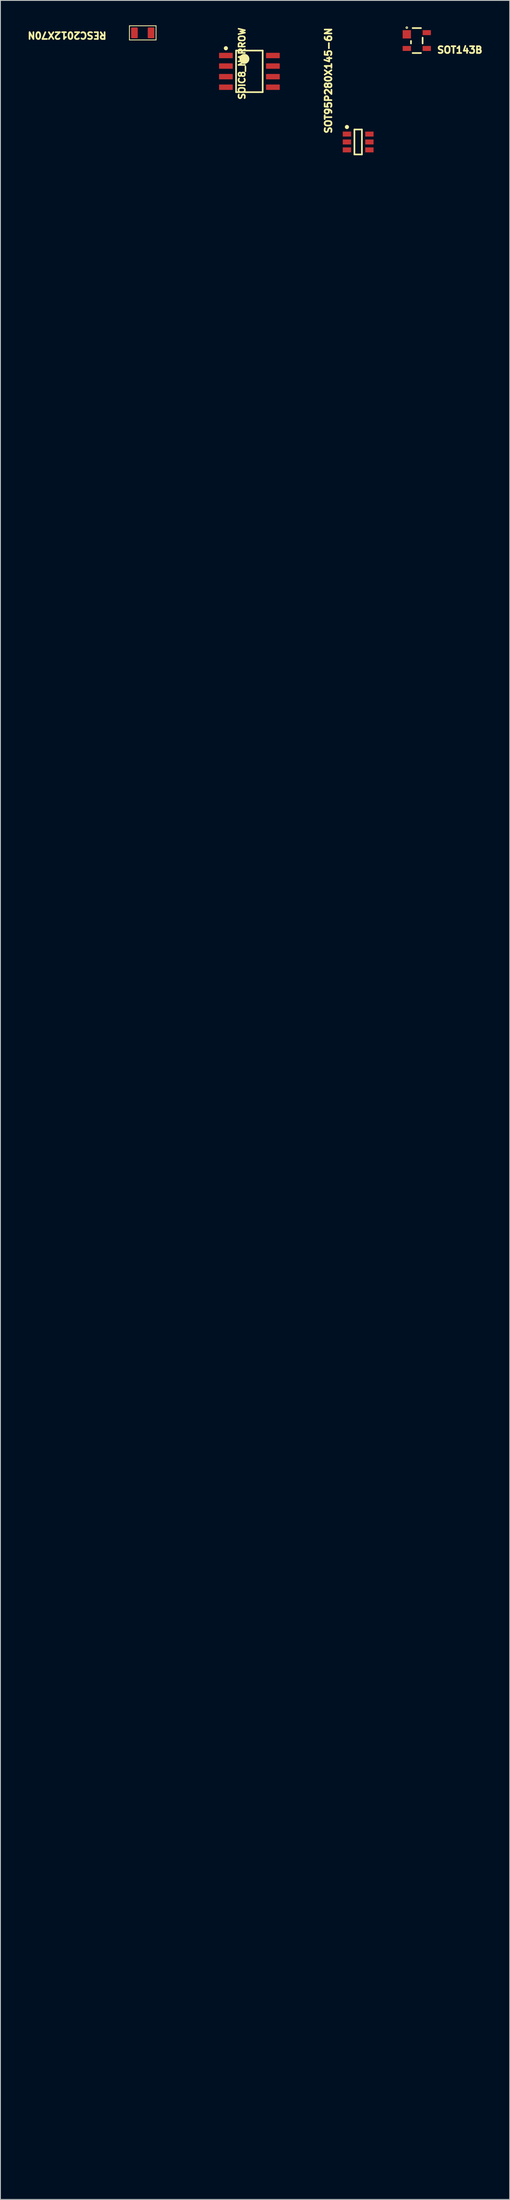
<source format=kicad_pcb>
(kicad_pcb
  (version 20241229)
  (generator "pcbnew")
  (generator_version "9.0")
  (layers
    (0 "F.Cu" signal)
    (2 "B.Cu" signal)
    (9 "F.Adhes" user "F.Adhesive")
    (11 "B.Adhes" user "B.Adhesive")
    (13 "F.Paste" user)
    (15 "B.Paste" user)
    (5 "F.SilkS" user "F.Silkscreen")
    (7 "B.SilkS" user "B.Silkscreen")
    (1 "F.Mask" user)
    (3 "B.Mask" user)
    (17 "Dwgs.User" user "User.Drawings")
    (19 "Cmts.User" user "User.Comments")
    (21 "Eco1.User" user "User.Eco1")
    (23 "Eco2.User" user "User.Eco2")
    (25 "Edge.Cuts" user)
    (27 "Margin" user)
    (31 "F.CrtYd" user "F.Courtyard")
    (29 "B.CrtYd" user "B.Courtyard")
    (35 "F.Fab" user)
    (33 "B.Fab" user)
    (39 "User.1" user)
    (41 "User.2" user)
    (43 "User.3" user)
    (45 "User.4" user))
  (footprint "RESC2012X70N"
    (layer "F.Cu")
    (at 14.111 0.9)
    (property "Reference" "RESC2012X70N" (at -4.259 -0.19 180) (unlocked yes) (layer "F.SilkS") (effects (font (size 0.813 0.813) (thickness 0.203)) (justify left bottom)))
    (fp_line (start -1.6 -0.85) (end -1.6 0.85) (stroke (width 0.1) (type solid)) (layer "F.SilkS"))
    (fp_line (start -1.6 -0.85) (end 1.6 -0.85) (stroke (width 0.1) (type solid)) (layer "F.SilkS"))
    (fp_line (start -1.6 0.85) (end 1.6 0.85) (stroke (width 0.1) (type solid)) (layer "F.SilkS"))
    (fp_line (start 1.6 -0.85) (end 1.6 0.85) (stroke (width 0.1) (type solid)) (layer "F.SilkS"))
    (fp_line (start -1.6 -0.85) (end -1.6 0.85) (stroke (width 0.1) (type solid)) (layer "Eco1.User"))
    (fp_line (start -1.6 -0.85) (end 1.6 -0.85) (stroke (width 0.1) (type solid)) (layer "Eco1.User"))
    (fp_line (start -1.6 0.85) (end 1.6 0.85) (stroke (width 0.1) (type solid)) (layer "Eco1.User"))
    (fp_line (start -1.1 -0.675) (end -1.1 0.675) (stroke (width 0.05) (type solid)) (layer "Eco1.User"))
    (fp_line (start -1.1 -0.675) (end -0.6 -0.675) (stroke (width 0.05) (type solid)) (layer "Eco1.User"))
    (fp_line (start -1.1 0.675) (end -0.6 0.675) (stroke (width 0.05) (type solid)) (layer "Eco1.User"))
    (fp_line (start -0.6 -0.675) (end -0.6 0.675) (stroke (width 0.05) (type solid)) (layer "Eco1.User"))
    (fp_line (start -0.6 -0.674) (end 0.6 -0.674) (stroke (width 0.05) (type solid)) (layer "Eco1.User"))
    (fp_line (start -0.6 -0.674) (end 0.6 -0.674) (stroke (width 0.05) (type solid)) (layer "Eco1.User"))
    (fp_line (start -0.6 0.674) (end 0.6 0.674) (stroke (width 0.05) (type solid)) (layer "Eco1.User"))
    (fp_line (start -0.6 0.674) (end 0.6 0.674) (stroke (width 0.05) (type solid)) (layer "Eco1.User"))
    (fp_line (start 0.6 -0.675) (end 0.6 0.675) (stroke (width 0.05) (type solid)) (layer "Eco1.User"))
    (fp_line (start 0.6 -0.675) (end 1.1 -0.675) (stroke (width 0.05) (type solid)) (layer "Eco1.User"))
    (fp_line (start 0.6 0.675) (end 1.1 0.675) (stroke (width 0.05) (type solid)) (layer "Eco1.User"))
    (fp_line (start 1.1 -0.675) (end 1.1 0.675) (stroke (width 0.05) (type solid)) (layer "Eco1.User"))
    (fp_line (start 1.6 -0.85) (end 1.6 0.85) (stroke (width 0.1) (type solid)) (layer "Eco1.User"))
    (fp_circle (center 0 0) (end 0 -0.064) (stroke (width 0.127) (type solid)) (fill no) (layer "Eco1.User"))
    (fp_text user "${REFERENCE}" (at -1.325 0.325 180) (unlocked yes) (layer "User.8") (effects (font (face "Arial") (size 0.63 0.63) (thickness 0.254)) (justify left bottom mirror)))
    (pad "1" smd roundrect (at -1 0 270) (size 1.3 0.8) (layers "F.Cu" "F.Mask" "F.Paste") (roundrect_rratio 0.125))
    (pad "2" smd roundrect (at 1 0 270) (size 1.3 0.8) (layers "F.Cu" "F.Mask" "F.Paste") (roundrect_rratio 0.125))
    (zone (net_name "") (layer "F.Cu") (hatch edge 0.5) (connect_pads) (min_thickness 0.25) (filled_areas_thickness no) (keepout (tracks allowed) (vias allowed) (pads allowed) (copperpour not_allowed) (footprints allowed)) (placement (enabled no)) (fill) (polygon (pts (xy 14.836 258.149) (xy 14.636 258.349) (xy 13.586 258.349) (xy 13.386 258.149) (xy 13.386 256.849) (xy 13.586 256.649) (xy 14.636 256.649) (xy 14.836 256.849)))))
  (footprint "SOIC8_NARROW"
    (layer "F.Cu")
    (at 26.932 5.528)
    (property "Reference" "SOIC8_NARROW" (at -0.441 3.491 90) (unlocked yes) (layer "F.SilkS") (effects (font (size 0.762 0.762) (thickness 0.254)) (justify left bottom)))
    (fp_line (start -1.6 -2.5) (end -1.6 2.5) (stroke (width 0.2) (type solid)) (layer "F.SilkS"))
    (fp_line (start 1.6 -2.5) (end -1.6 -2.5) (stroke (width 0.2) (type solid)) (layer "F.SilkS"))
    (fp_line (start 1.6 -2.5) (end 1.6 2.5) (stroke (width 0.2) (type solid)) (layer "F.SilkS"))
    (fp_line (start 1.6 2.5) (end -1.6 2.5) (stroke (width 0.2) (type solid)) (layer "F.SilkS"))
    (fp_circle (center -2.825 -2.78) (end -2.7 -2.78) (stroke (width 0.25) (type solid)) (fill no) (layer "F.SilkS"))
    (fp_circle (center -0.6 -1.5) (end -0.3 -1.5) (stroke (width 0.6) (type solid)) (fill no) (layer "F.SilkS"))
    (fp_line (start -4.15 -3) (end -4.15 3) (stroke (width 0.05) (type solid)) (layer "Eco1.User"))
    (fp_line (start -2 -2.5) (end -2 2.5) (stroke (width 0.1) (type solid)) (layer "Eco1.User"))
    (fp_line (start 0 -0.5) (end 0 0.5) (stroke (width 0.1) (type solid)) (layer "Eco1.User"))
    (fp_line (start 0.5 0) (end -0.5 0) (stroke (width 0.1) (type solid)) (layer "Eco1.User"))
    (fp_line (start 2 -2.5) (end -2 -2.5) (stroke (width 0.1) (type solid)) (layer "Eco1.User"))
    (fp_line (start 2 -2.5) (end 2 2.5) (stroke (width 0.1) (type solid)) (layer "Eco1.User"))
    (fp_line (start 2 2.5) (end -2 2.5) (stroke (width 0.1) (type solid)) (layer "Eco1.User"))
    (fp_line (start 4.15 -3) (end -4.15 -3) (stroke (width 0.05) (type solid)) (layer "Eco1.User"))
    (fp_line (start 4.15 -3) (end 4.15 3) (stroke (width 0.05) (type solid)) (layer "Eco1.User"))
    (fp_line (start 4.15 3) (end -4.15 3) (stroke (width 0.05) (type solid)) (layer "Eco1.User"))
    (fp_circle (center -1.1 -1.6) (end -0.6 -1.6) (stroke (width 0.1) (type solid)) (fill no) (layer "Eco1.User"))
    (fp_text user "${REFERENCE}" (at -1.397 0.254 180) (unlocked yes) (layer "User.8") (effects (font (size 0.6 0.6) (thickness 0.1)) (justify left bottom mirror)))
    (pad "1" smd roundrect (at -2.825 -1.905 270) (size 0.65 1.65) (layers "F.Cu" "F.Mask" "F.Paste") (roundrect_rratio 0.075))
    (pad "2" smd roundrect (at -2.825 -0.635 270) (size 0.65 1.65) (layers "F.Cu" "F.Mask" "F.Paste") (roundrect_rratio 0.075))
    (pad "3" smd roundrect (at -2.825 0.635 270) (size 0.65 1.65) (layers "F.Cu" "F.Mask" "F.Paste") (roundrect_rratio 0.075))
    (pad "4" smd roundrect (at -2.825 1.905 270) (size 0.65 1.65) (layers "F.Cu" "F.Mask" "F.Paste") (roundrect_rratio 0.075))
    (pad "5" smd roundrect (at 2.825 1.905 270) (size 0.65 1.65) (layers "F.Cu" "F.Mask" "F.Paste") (roundrect_rratio 0.075))
    (pad "6" smd roundrect (at 2.825 0.635 270) (size 0.65 1.65) (layers "F.Cu" "F.Mask" "F.Paste") (roundrect_rratio 0.075))
    (pad "7" smd roundrect (at 2.825 -0.635 270) (size 0.65 1.65) (layers "F.Cu" "F.Mask" "F.Paste") (roundrect_rratio 0.075))
    (pad "8" smd roundrect (at 2.825 -1.905 270) (size 0.65 1.65) (layers "F.Cu" "F.Mask" "F.Paste") (roundrect_rratio 0.075)))
  (footprint "SOT143B"
    (layer "F.Cu")
    (at 47.06 1.825)
    (property "Reference" "SOT143B" (at 2.342 1.604 0) (unlocked yes) (layer "F.SilkS") (effects (font (size 0.813 0.813) (thickness 0.203)) (justify left bottom)))
    (fp_line (start -0.7 0.35) (end -0.7 0.05) (stroke (width 0.2) (type solid)) (layer "F.SilkS"))
    (fp_line (start 0.5 -1.5) (end -0.5 -1.5) (stroke (width 0.2) (type solid)) (layer "F.SilkS"))
    (fp_line (start 0.5 1.5) (end -0.5 1.5) (stroke (width 0.2) (type solid)) (layer "F.SilkS"))
    (fp_line (start 0.7 0.35) (end 0.7 -0.35) (stroke (width 0.2) (type solid)) (layer "F.SilkS"))
    (fp_circle (center -1.2 -1.55) (end -1.2 -1.45) (stroke (width 0.1) (type solid)) (fill no) (layer "F.SilkS"))
    (fp_line (start -1.925 1.8) (end -1.925 -1.8) (stroke (width 0.05) (type solid)) (layer "Eco1.User"))
    (fp_line (start -0.7 1.52) (end -0.7 -1.52) (stroke (width 0.1) (type solid)) (layer "Eco1.User"))
    (fp_line (start 0 0.5) (end 0 -0.5) (stroke (width 0.1) (type solid)) (layer "Eco1.User"))
    (fp_line (start 0.5 0) (end -0.5 0) (stroke (width 0.1) (type solid)) (layer "Eco1.User"))
    (fp_line (start 0.7 -1.52) (end -0.7 -1.52) (stroke (width 0.1) (type solid)) (layer "Eco1.User"))
    (fp_line (start 0.7 1.52) (end -0.7 1.52) (stroke (width 0.1) (type solid)) (layer "Eco1.User"))
    (fp_line (start 0.7 1.52) (end 0.7 -1.52) (stroke (width 0.1) (type solid)) (layer "Eco1.User"))
    (fp_line (start 1.925 -1.8) (end -1.925 -1.8) (stroke (width 0.05) (type solid)) (layer "Eco1.User"))
    (fp_line (start 1.925 1.8) (end -1.925 1.8) (stroke (width 0.05) (type solid)) (layer "Eco1.User"))
    (fp_line (start 1.925 1.8) (end 1.925 -1.8) (stroke (width 0.05) (type solid)) (layer "Eco1.User"))
    (pad "1" smd rect (at -1.2 -0.75 270) (size 1 1) (layers "F.Cu" "F.Mask" "F.Paste"))
    (pad "2" smd rect (at -1.2 0.95 270) (size 0.6 1) (layers "F.Cu" "F.Mask" "F.Paste"))
    (pad "3" smd rect (at 1.2 0.95 270) (size 0.6 1) (layers "F.Cu" "F.Mask" "F.Paste"))
    (pad "4" smd rect (at 1.2 -0.95 270) (size 0.6 1) (layers "F.Cu" "F.Mask" "F.Paste")))
  (footprint "SOT95P280X145-6N"
    (layer "F.Cu")
    (at 40.01 14.017)
    (property "Reference" "SOT95P280X145-6N" (at -3.101 -0.914 90) (unlocked yes) (layer "F.SilkS") (effects (font (size 0.813 0.813) (thickness 0.203)) (justify left bottom)))
    (fp_line (start -0.45 -1.5) (end -0.45 1.5) (stroke (width 0.2) (type solid)) (layer "F.SilkS"))
    (fp_line (start 0.45 -1.5) (end -0.45 -1.5) (stroke (width 0.2) (type solid)) (layer "F.SilkS"))
    (fp_line (start 0.45 -1.5) (end 0.45 1.5) (stroke (width 0.2) (type solid)) (layer "F.SilkS"))
    (fp_line (start 0.45 1.5) (end -0.45 1.5) (stroke (width 0.2) (type solid)) (layer "F.SilkS"))
    (fp_circle (center -1.35 -1.8) (end -1.225 -1.8) (stroke (width 0.25) (type solid)) (fill no) (layer "F.SilkS"))
    (fp_line (start -2.075 -1.75) (end -2.075 1.75) (stroke (width 0.05) (type solid)) (layer "Eco1.User"))
    (fp_line (start -0.85 -1.5) (end -0.85 1.5) (stroke (width 0.1) (type solid)) (layer "Eco1.User"))
    (fp_line (start 0 -0.5) (end 0 0.5) (stroke (width 0.1) (type solid)) (layer "Eco1.User"))
    (fp_line (start 0.5 0) (end -0.5 0) (stroke (width 0.1) (type solid)) (layer "Eco1.User"))
    (fp_line (start 0.85 -1.5) (end -0.85 -1.5) (stroke (width 0.1) (type solid)) (layer "Eco1.User"))
    (fp_line (start 0.85 -1.5) (end 0.85 1.5) (stroke (width 0.1) (type solid)) (layer "Eco1.User"))
    (fp_line (start 0.85 1.5) (end -0.85 1.5) (stroke (width 0.1) (type solid)) (layer "Eco1.User"))
    (fp_line (start 2.075 -1.75) (end -2.075 -1.75) (stroke (width 0.05) (type solid)) (layer "Eco1.User"))
    (fp_line (start 2.075 -1.75) (end 2.075 1.75) (stroke (width 0.05) (type solid)) (layer "Eco1.User"))
    (fp_line (start 2.075 1.75) (end -2.075 1.75) (stroke (width 0.05) (type solid)) (layer "Eco1.User"))
    (pad "1" smd rect (at -1.35 -0.95 270) (size 0.6 1) (layers "F.Cu" "F.Mask" "F.Paste"))
    (pad "2" smd rect (at -1.35 0 270) (size 0.6 1) (layers "F.Cu" "F.Mask" "F.Paste"))
    (pad "3" smd rect (at -1.35 0.95 270) (size 0.6 1) (layers "F.Cu" "F.Mask" "F.Paste"))
    (pad "4" smd rect (at 1.35 0.95 270) (size 0.6 1) (layers "F.Cu" "F.Mask" "F.Paste"))
    (pad "5" smd rect (at 1.35 0 270) (size 0.6 1) (layers "F.Cu" "F.Mask" "F.Paste"))
    (pad "6" smd rect (at 1.35 -0.95 270) (size 0.6 1) (layers "F.Cu" "F.Mask" "F.Paste")))
  (gr_rect
    (start -3 -3)
    (end 58.229 261.349)
    (stroke (width 0.1) (type default))
    (fill no)
    (layer "Edge.Cuts")))
</source>
